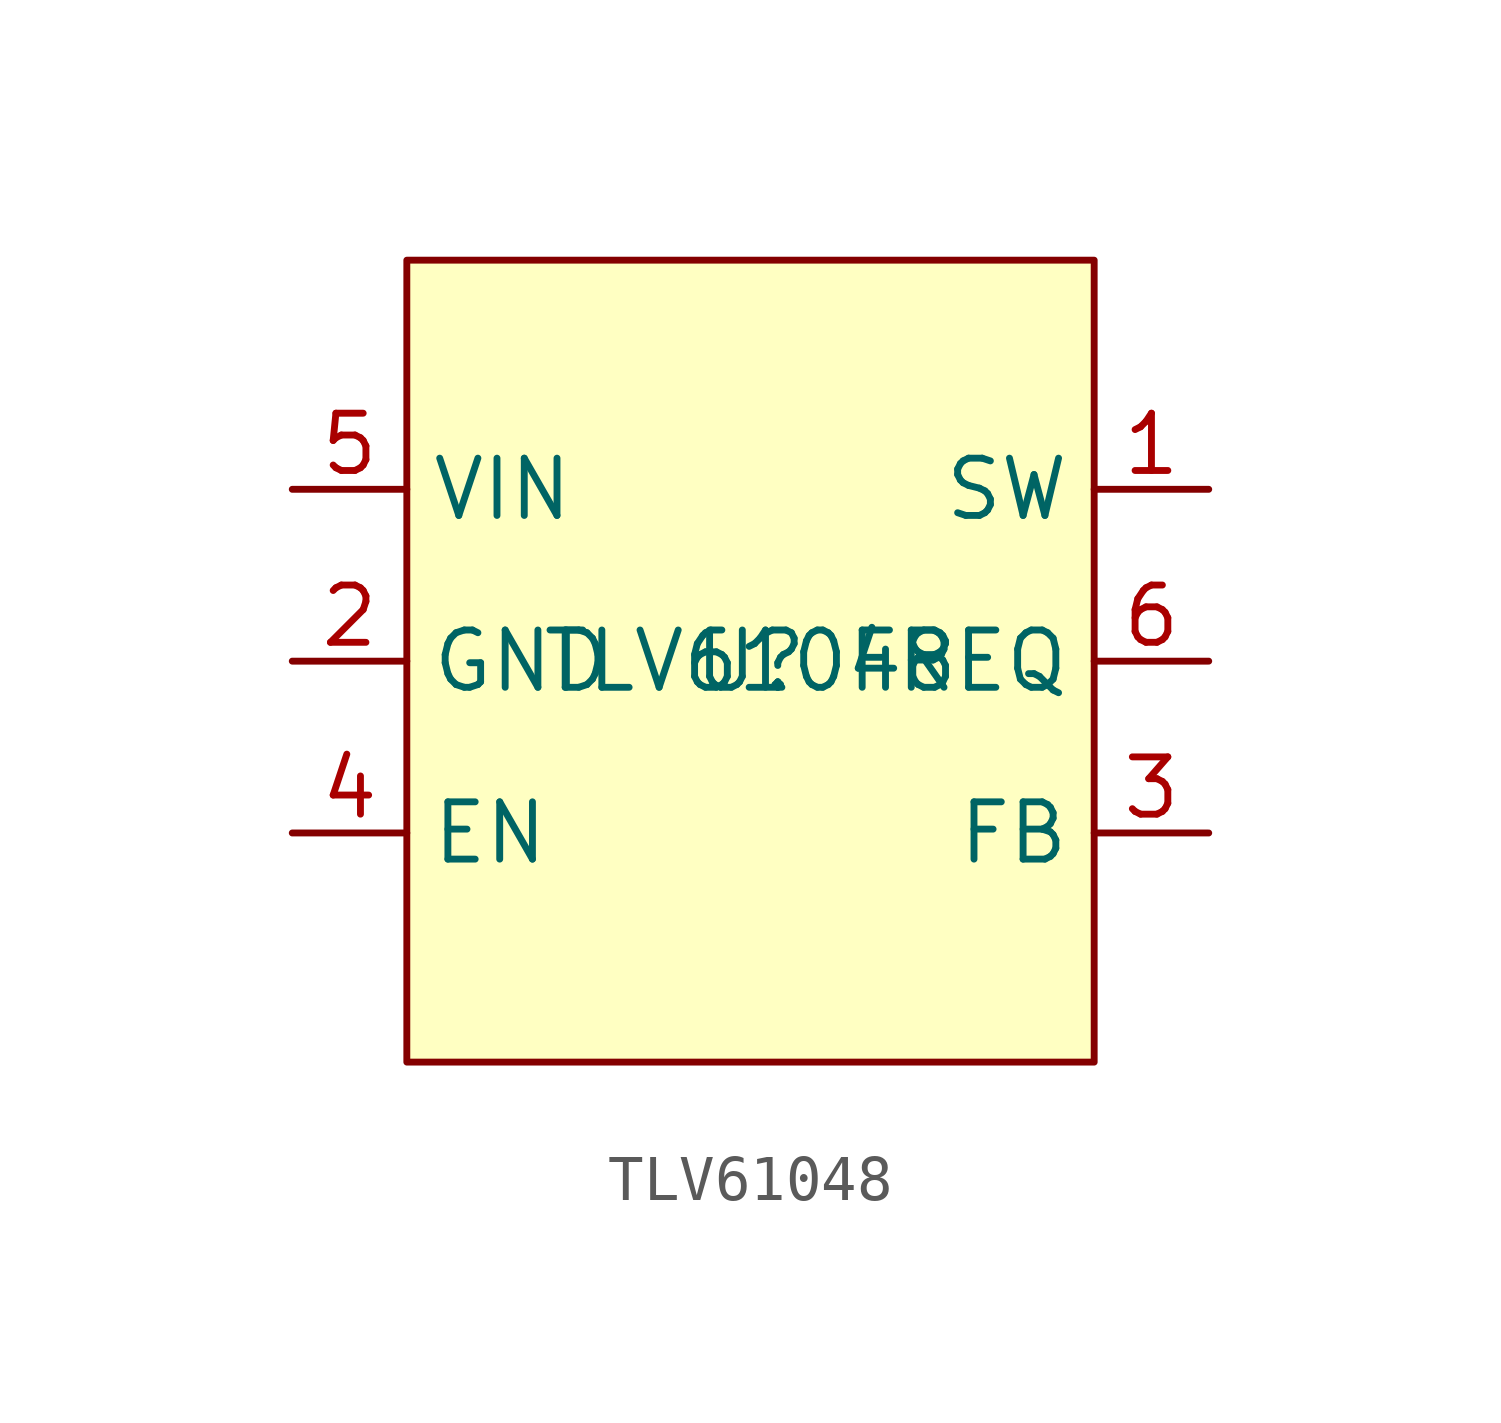
<source format=kicad_sym>
(kicad_symbol_lib
  (version 20231120)
  (generator "kicad_symbol_editor")
  (generator_version "8.0")
  (symbol "TLV61048"
    (property "Reference" "U"
      (at 0 0 0)
      (effects (font (size 1.27 1.27))))
    (property "Value" "TLV61048"
      (at 0 0 0)
      (effects (font (size 1.27 1.27))))
    (symbol "TLV61048_1_1"
      (rectangle (start -7.62 8.89) (end 7.62 -8.89) (stroke (width 0) (type default)) (fill (type background)))
      (pin power_out line (at 10.16 3.81 180) (length 2.54) (name "SW" (effects (font (size 1.27 1.27)))) (number "1" (effects (font (size 1.27 1.27)))))
      (pin power_in line (at -10.16 0 0) (length 2.54) (name "GND" (effects (font (size 1.27 1.27)))) (number "2" (effects (font (size 1.27 1.27)))))
      (pin input line (at 10.16 -3.81 180) (length 2.54) (name "FB" (effects (font (size 1.27 1.27)))) (number "3" (effects (font (size 1.27 1.27)))))
      (pin input line (at -10.16 -3.81 0) (length 2.54) (name "EN" (effects (font (size 1.27 1.27)))) (number "4" (effects (font (size 1.27 1.27)))))
      (pin power_in line (at -10.16 3.81 0) (length 2.54) (name "VIN" (effects (font (size 1.27 1.27)))) (number "5" (effects (font (size 1.27 1.27)))))
      (pin input line (at 10.16 0 180) (length 2.54) (name "FREQ" (effects (font (size 1.27 1.27)))) (number "6" (effects (font (size 1.27 1.27))))))))
</source>
